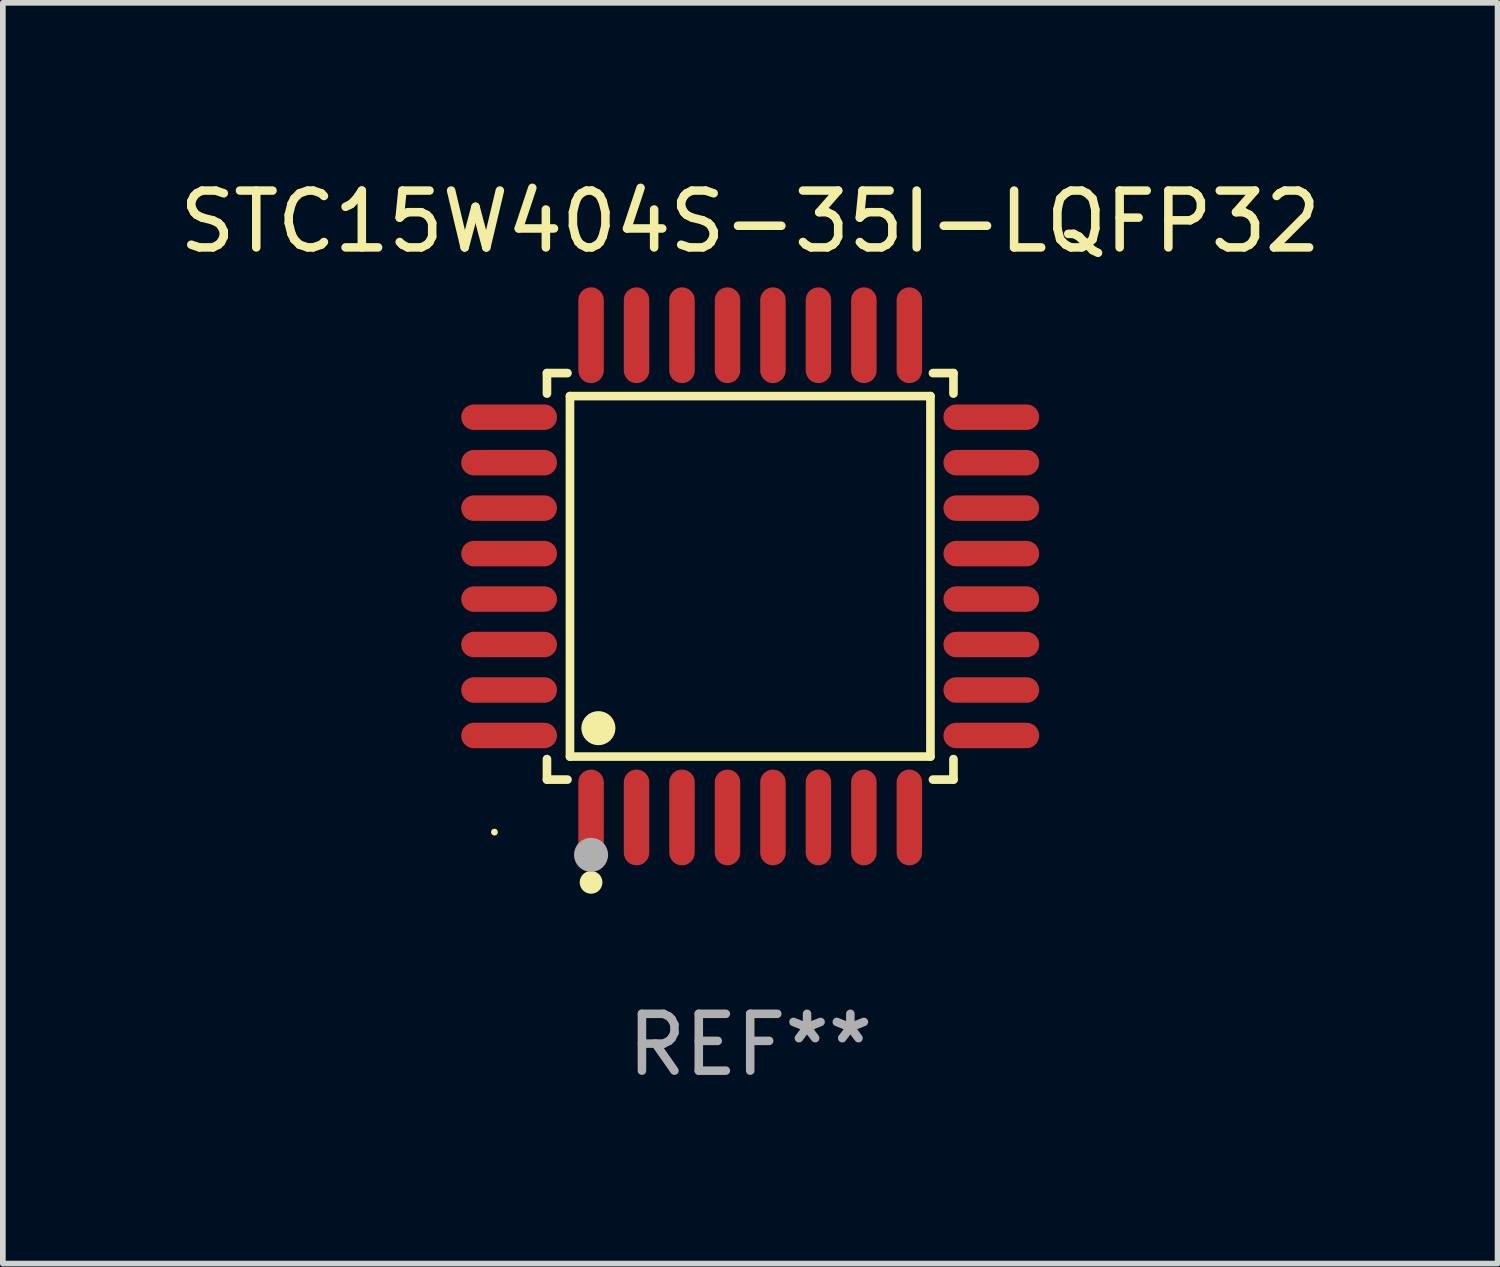
<source format=kicad_pcb>
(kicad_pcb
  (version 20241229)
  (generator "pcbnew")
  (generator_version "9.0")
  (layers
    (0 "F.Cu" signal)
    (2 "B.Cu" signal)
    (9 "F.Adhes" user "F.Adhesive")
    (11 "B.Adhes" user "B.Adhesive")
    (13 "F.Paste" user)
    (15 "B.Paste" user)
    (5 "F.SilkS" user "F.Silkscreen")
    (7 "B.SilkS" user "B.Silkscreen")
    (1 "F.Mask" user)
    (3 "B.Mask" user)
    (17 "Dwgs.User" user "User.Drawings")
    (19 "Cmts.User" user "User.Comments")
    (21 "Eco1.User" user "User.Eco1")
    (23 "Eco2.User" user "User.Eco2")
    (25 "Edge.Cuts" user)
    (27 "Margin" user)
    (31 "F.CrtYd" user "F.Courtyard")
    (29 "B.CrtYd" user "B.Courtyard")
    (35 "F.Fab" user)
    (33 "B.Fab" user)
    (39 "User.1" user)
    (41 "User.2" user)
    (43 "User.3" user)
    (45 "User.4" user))
  (footprint "STC15W404S-35I-LQFP32"
    (layer "F.Cu")
    (at 10.149 7.09)
    (property "Reference" "STC15W404S-35I-LQFP32" (at 0 -6.242 0) (layer "F.SilkS") (effects (font (size 1 1) (thickness 0.15))))
    (attr through_hole)
    (fp_line (start -3.576 -3.576) (end -3.215 -3.576) (stroke (width 0.152) (type solid)) (layer "F.SilkS"))
    (fp_line (start -3.576 -3.215) (end -3.576 -3.576) (stroke (width 0.152) (type solid)) (layer "F.SilkS"))
    (fp_line (start -3.576 3.215) (end -3.576 3.576) (stroke (width 0.152) (type solid)) (layer "F.SilkS"))
    (fp_line (start -3.576 3.576) (end -3.215 3.576) (stroke (width 0.152) (type solid)) (layer "F.SilkS"))
    (fp_line (start -3.171 -3.171) (end 3.171 -3.171) (stroke (width 0.152) (type solid)) (layer "F.SilkS"))
    (fp_line (start -3.171 3.171) (end -3.171 -3.171) (stroke (width 0.152) (type solid)) (layer "F.SilkS"))
    (fp_line (start 3.171 -3.171) (end 3.171 3.171) (stroke (width 0.152) (type solid)) (layer "F.SilkS"))
    (fp_line (start 3.171 3.171) (end -3.171 3.171) (stroke (width 0.152) (type solid)) (layer "F.SilkS"))
    (fp_line (start 3.576 -3.576) (end 3.215 -3.576) (stroke (width 0.152) (type solid)) (layer "F.SilkS"))
    (fp_line (start 3.576 -3.215) (end 3.576 -3.576) (stroke (width 0.152) (type solid)) (layer "F.SilkS"))
    (fp_line (start 3.576 3.215) (end 3.576 3.576) (stroke (width 0.152) (type solid)) (layer "F.SilkS"))
    (fp_line (start 3.576 3.576) (end 3.215 3.576) (stroke (width 0.152) (type solid)) (layer "F.SilkS"))
    (fp_circle (center -4.5 4.5) (end -4.47 4.5) (stroke (width 0.06) (type solid)) (fill no) (layer "F.SilkS"))
    (fp_circle (center -2.8 5.384) (end -2.7 5.384) (stroke (width 0.2) (type solid)) (fill no) (layer "F.SilkS"))
    (fp_circle (center -2.671 2.671) (end -2.521 2.671) (stroke (width 0.3) (type solid)) (fill no) (layer "F.SilkS"))
    (fp_circle (center -2.8 4.9) (end -2.65 4.9) (stroke (width 0.3) (type solid)) (fill no) (layer "F.Fab"))
    (fp_text user "REF**" (at 0 8.242 0) (layer "F.Fab") (effects (font (size 1 1) (thickness 0.15))))
    (pad "1" smd oval (at -2.8 4.242) (size 0.448 1.684) (layers "F.Cu" "F.Mask" "F.Paste"))
    (pad "2" smd oval (at -2 4.242) (size 0.448 1.684) (layers "F.Cu" "F.Mask" "F.Paste"))
    (pad "3" smd oval (at -1.2 4.242) (size 0.448 1.684) (layers "F.Cu" "F.Mask" "F.Paste"))
    (pad "4" smd oval (at -0.4 4.242) (size 0.448 1.684) (layers "F.Cu" "F.Mask" "F.Paste"))
    (pad "5" smd oval (at 0.4 4.242) (size 0.448 1.684) (layers "F.Cu" "F.Mask" "F.Paste"))
    (pad "6" smd oval (at 1.2 4.242) (size 0.448 1.684) (layers "F.Cu" "F.Mask" "F.Paste"))
    (pad "7" smd oval (at 2 4.242) (size 0.448 1.684) (layers "F.Cu" "F.Mask" "F.Paste"))
    (pad "8" smd oval (at 2.8 4.242) (size 0.448 1.684) (layers "F.Cu" "F.Mask" "F.Paste"))
    (pad "9" smd oval (at 4.242 2.8) (size 1.684 0.448) (layers "F.Cu" "F.Mask" "F.Paste"))
    (pad "10" smd oval (at 4.242 2) (size 1.684 0.448) (layers "F.Cu" "F.Mask" "F.Paste"))
    (pad "11" smd oval (at 4.242 1.2) (size 1.684 0.448) (layers "F.Cu" "F.Mask" "F.Paste"))
    (pad "12" smd oval (at 4.242 0.4) (size 1.684 0.448) (layers "F.Cu" "F.Mask" "F.Paste"))
    (pad "13" smd oval (at 4.242 -0.4) (size 1.684 0.448) (layers "F.Cu" "F.Mask" "F.Paste"))
    (pad "14" smd oval (at 4.242 -1.2) (size 1.684 0.448) (layers "F.Cu" "F.Mask" "F.Paste"))
    (pad "15" smd oval (at 4.242 -2) (size 1.684 0.448) (layers "F.Cu" "F.Mask" "F.Paste"))
    (pad "16" smd oval (at 4.242 -2.8) (size 1.684 0.448) (layers "F.Cu" "F.Mask" "F.Paste"))
    (pad "17" smd oval (at 2.8 -4.242) (size 0.448 1.684) (layers "F.Cu" "F.Mask" "F.Paste"))
    (pad "18" smd oval (at 2 -4.242) (size 0.448 1.684) (layers "F.Cu" "F.Mask" "F.Paste"))
    (pad "19" smd oval (at 1.2 -4.242) (size 0.448 1.684) (layers "F.Cu" "F.Mask" "F.Paste"))
    (pad "20" smd oval (at 0.4 -4.242) (size 0.448 1.684) (layers "F.Cu" "F.Mask" "F.Paste"))
    (pad "21" smd oval (at -0.4 -4.242) (size 0.448 1.684) (layers "F.Cu" "F.Mask" "F.Paste"))
    (pad "22" smd oval (at -1.2 -4.242) (size 0.448 1.684) (layers "F.Cu" "F.Mask" "F.Paste"))
    (pad "23" smd oval (at -2 -4.242) (size 0.448 1.684) (layers "F.Cu" "F.Mask" "F.Paste"))
    (pad "24" smd oval (at -2.8 -4.242) (size 0.448 1.684) (layers "F.Cu" "F.Mask" "F.Paste"))
    (pad "25" smd oval (at -4.242 -2.8) (size 1.684 0.448) (layers "F.Cu" "F.Mask" "F.Paste"))
    (pad "26" smd oval (at -4.242 -2) (size 1.684 0.448) (layers "F.Cu" "F.Mask" "F.Paste"))
    (pad "27" smd oval (at -4.242 -1.2) (size 1.684 0.448) (layers "F.Cu" "F.Mask" "F.Paste"))
    (pad "28" smd oval (at -4.242 -0.4) (size 1.684 0.448) (layers "F.Cu" "F.Mask" "F.Paste"))
    (pad "29" smd oval (at -4.242 0.4) (size 1.684 0.448) (layers "F.Cu" "F.Mask" "F.Paste"))
    (pad "30" smd oval (at -4.242 1.2) (size 1.684 0.448) (layers "F.Cu" "F.Mask" "F.Paste"))
    (pad "31" smd oval (at -4.242 2) (size 1.684 0.448) (layers "F.Cu" "F.Mask" "F.Paste"))
    (pad "32" smd oval (at -4.242 2.8) (size 1.684 0.448) (layers "F.Cu" "F.Mask" "F.Paste")))
  (gr_rect
    (start -3 -3)
    (end 23.298 19.181)
    (stroke (width 0.1) (type default))
    (fill no)
    (layer "Edge.Cuts")))
</source>
